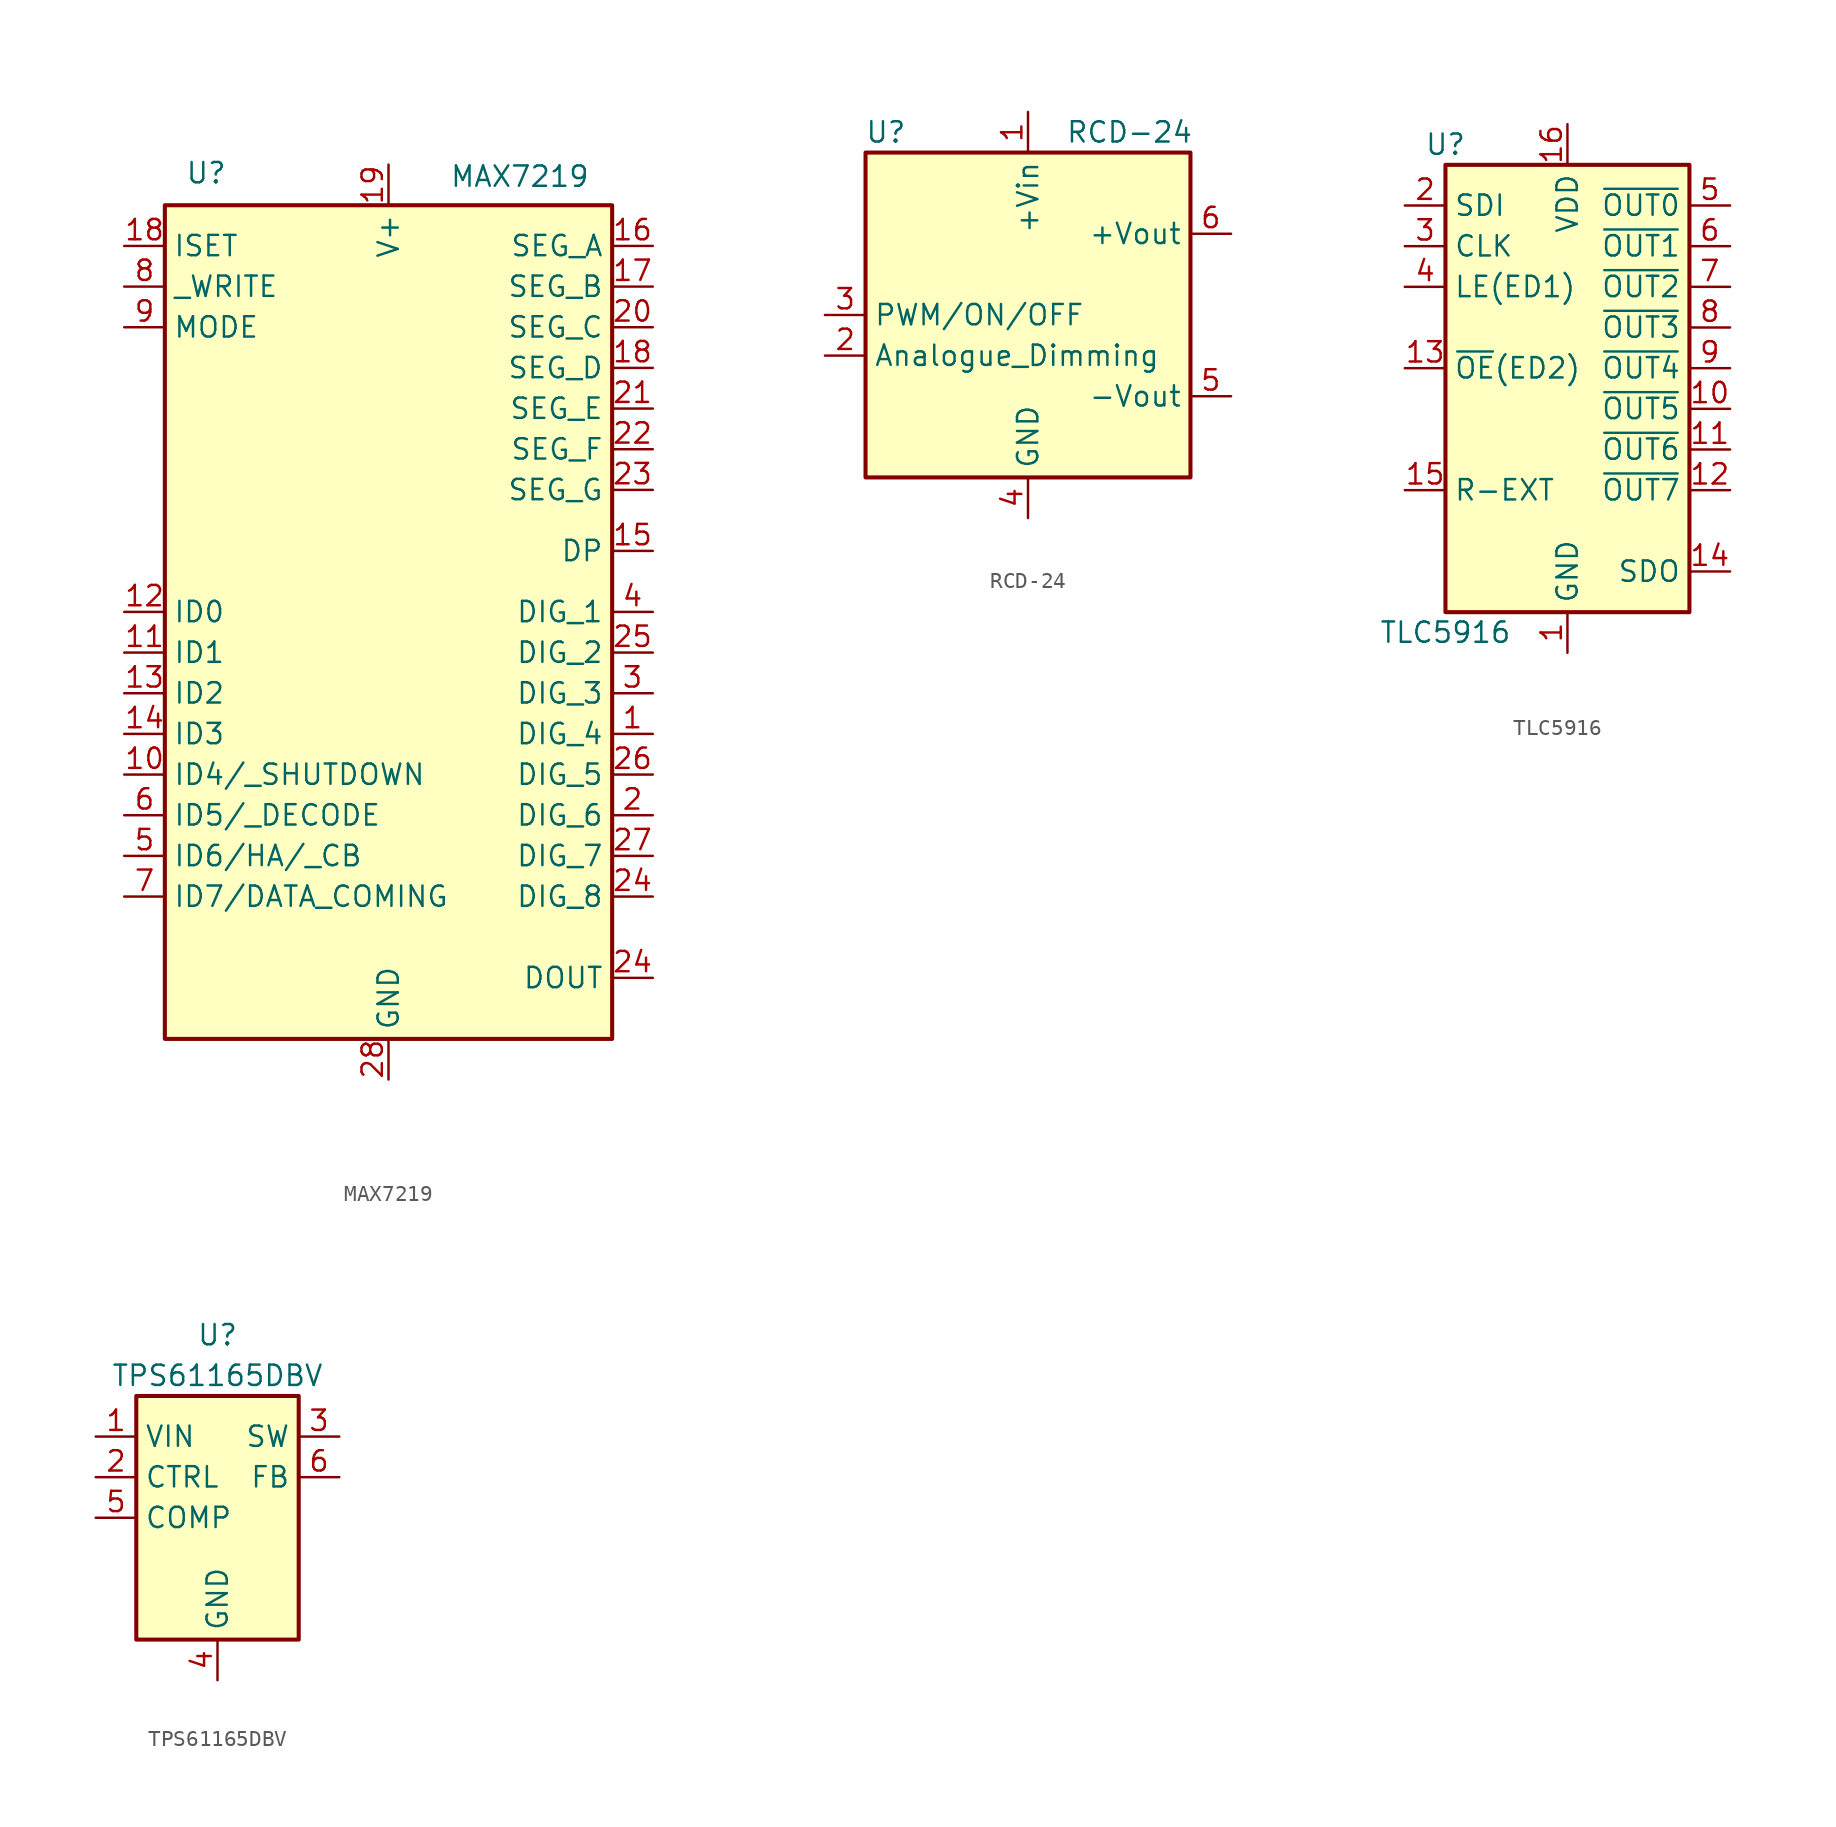
<source format=kicad_sym>
(kicad_symbol_lib
  (version 20220914)
  (generator kicad_symbol_editor)
  (symbol "MAX7219"
    (property "Reference" "U"
      (at -6.35 24.13 0)
      (effects (font (size 1.27 1.27)) (justify left bottom)))
    (property "Value" "MAX7219"
      (at 10.16 25.4 0)
      (effects (font (size 1.27 1.27)) (justify left top)))
    (symbol "MAX7219_0_1"
      (rectangle (start -7.62 22.86) (end 20.32 -29.21) (stroke (width 0.254) (type default)) (fill (type background))))
    (symbol "MAX7219_1_1"
      (pin output line (at 22.86 -10.16 180) (length 2.54) (name "DIG_4" (effects (font (size 1.27 1.27)))) (number "1" (effects (font (size 1.27 1.27)))))
      (pin input line (at -10.16 -12.7 0) (length 2.54) (name "ID4/_SHUTDOWN" (effects (font (size 1.27 1.27)))) (number "10" (effects (font (size 1.27 1.27)))))
      (pin input line (at -10.16 -5.08 0) (length 2.54) (name "ID1" (effects (font (size 1.27 1.27)))) (number "11" (effects (font (size 1.27 1.27)))))
      (pin input line (at -10.16 -2.54 0) (length 2.54) (name "ID0" (effects (font (size 1.27 1.27)))) (number "12" (effects (font (size 1.27 1.27)))))
      (pin input line (at -10.16 -7.62 0) (length 2.54) (name "ID2" (effects (font (size 1.27 1.27)))) (number "13" (effects (font (size 1.27 1.27)))))
      (pin input line (at -10.16 -10.16 0) (length 2.54) (name "ID3" (effects (font (size 1.27 1.27)))) (number "14" (effects (font (size 1.27 1.27)))))
      (pin output line (at 22.86 1.27 180) (length 2.54) (name "DP" (effects (font (size 1.27 1.27)))) (number "15" (effects (font (size 1.27 1.27)))))
      (pin output line (at 22.86 20.32 180) (length 2.54) (name "SEG_A" (effects (font (size 1.27 1.27)))) (number "16" (effects (font (size 1.27 1.27)))))
      (pin output line (at 22.86 17.78 180) (length 2.54) (name "SEG_B" (effects (font (size 1.27 1.27)))) (number "17" (effects (font (size 1.27 1.27)))))
      (pin input line (at -10.16 20.32 0) (length 2.54) (name "ISET" (effects (font (size 1.27 1.27)))) (number "18" (effects (font (size 1.27 1.27)))))
      (pin output line (at 22.86 12.7 180) (length 2.54) (name "SEG_D" (effects (font (size 1.27 1.27)))) (number "18" (effects (font (size 1.27 1.27)))))
      (pin power_in line (at 6.35 25.4 270) (length 2.54) (name "V+" (effects (font (size 1.27 1.27)))) (number "19" (effects (font (size 1.27 1.27)))))
      (pin output line (at 22.86 -15.24 180) (length 2.54) (name "DIG_6" (effects (font (size 1.27 1.27)))) (number "2" (effects (font (size 1.27 1.27)))))
      (pin output line (at 22.86 15.24 180) (length 2.54) (name "SEG_C" (effects (font (size 1.27 1.27)))) (number "20" (effects (font (size 1.27 1.27)))))
      (pin output line (at 22.86 10.16 180) (length 2.54) (name "SEG_E" (effects (font (size 1.27 1.27)))) (number "21" (effects (font (size 1.27 1.27)))))
      (pin output line (at 22.86 7.62 180) (length 2.54) (name "SEG_F" (effects (font (size 1.27 1.27)))) (number "22" (effects (font (size 1.27 1.27)))))
      (pin output line (at 22.86 5.08 180) (length 2.54) (name "SEG_G" (effects (font (size 1.27 1.27)))) (number "23" (effects (font (size 1.27 1.27)))))
      (pin output line (at 22.86 -20.32 180) (length 2.54) (name "DIG_8" (effects (font (size 1.27 1.27)))) (number "24" (effects (font (size 1.27 1.27)))))
      (pin output line (at 22.86 -25.4 180) (length 2.54) (name "DOUT" (effects (font (size 1.27 1.27)))) (number "24" (effects (font (size 1.27 1.27)))))
      (pin output line (at 22.86 -5.08 180) (length 2.54) (name "DIG_2" (effects (font (size 1.27 1.27)))) (number "25" (effects (font (size 1.27 1.27)))))
      (pin output line (at 22.86 -12.7 180) (length 2.54) (name "DIG_5" (effects (font (size 1.27 1.27)))) (number "26" (effects (font (size 1.27 1.27)))))
      (pin output line (at 22.86 -17.78 180) (length 2.54) (name "DIG_7" (effects (font (size 1.27 1.27)))) (number "27" (effects (font (size 1.27 1.27)))))
      (pin power_in line (at 6.35 -31.75 90) (length 2.54) (name "GND" (effects (font (size 1.27 1.27)))) (number "28" (effects (font (size 1.27 1.27)))))
      (pin output line (at 22.86 -7.62 180) (length 2.54) (name "DIG_3" (effects (font (size 1.27 1.27)))) (number "3" (effects (font (size 1.27 1.27)))))
      (pin output line (at 22.86 -2.54 180) (length 2.54) (name "DIG_1" (effects (font (size 1.27 1.27)))) (number "4" (effects (font (size 1.27 1.27)))))
      (pin input line (at -10.16 -17.78 0) (length 2.54) (name "ID6/HA/_CB" (effects (font (size 1.27 1.27)))) (number "5" (effects (font (size 1.27 1.27)))))
      (pin input line (at -10.16 -15.24 0) (length 2.54) (name "ID5/_DECODE" (effects (font (size 1.27 1.27)))) (number "6" (effects (font (size 1.27 1.27)))))
      (pin input line (at -10.16 -20.32 0) (length 2.54) (name "ID7/DATA_COMING" (effects (font (size 1.27 1.27)))) (number "7" (effects (font (size 1.27 1.27)))))
      (pin input line (at -10.16 17.78 0) (length 2.54) (name "_WRITE" (effects (font (size 1.27 1.27)))) (number "8" (effects (font (size 1.27 1.27)))))
      (pin passive line (at 3.81 -25.4 90) (length 2.54) hide (name "GND" (effects (font (size 1.27 1.27)))) (number "9" (effects (font (size 1.27 1.27)))))
      (pin input line (at -10.16 15.24 0) (length 2.54) (name "MODE" (effects (font (size 1.27 1.27)))) (number "9" (effects (font (size 1.27 1.27)))))))
  (symbol "RCD-24"
    (property "Reference" "U"
      (at -8.89 11.43 0)
      (effects (font (size 1.27 1.27))))
    (property "Value" "RCD-24"
      (at 6.35 11.43 0)
      (effects (font (size 1.27 1.27))))
    (symbol "RCD-24_1_1"
      (rectangle (start -10.16 10.16) (end 10.16 -10.16) (stroke (width 0.254) (type default)) (fill (type background)))
      (pin power_in line (at 0 12.7 270) (length 2.54) (name "+Vin" (effects (font (size 1.27 1.27)))) (number "1" (effects (font (size 1.27 1.27)))))
      (pin passive line (at -12.7 -2.54 0) (length 2.54) (name "Analogue_Dimming" (effects (font (size 1.27 1.27)))) (number "2" (effects (font (size 1.27 1.27)))))
      (pin passive line (at -12.7 0 0) (length 2.54) (name "PWM/ON/OFF" (effects (font (size 1.27 1.27)))) (number "3" (effects (font (size 1.27 1.27)))))
      (pin power_in line (at 0 -12.7 90) (length 2.54) (name "GND" (effects (font (size 1.27 1.27)))) (number "4" (effects (font (size 1.27 1.27)))))
      (pin power_out line (at 12.7 -5.08 180) (length 2.54) (name "-Vout" (effects (font (size 1.27 1.27)))) (number "5" (effects (font (size 1.27 1.27)))))
      (pin power_out line (at 12.7 5.08 180) (length 2.54) (name "+Vout" (effects (font (size 1.27 1.27)))) (number "6" (effects (font (size 1.27 1.27)))))))
  (symbol "TLC5916"
    (property "Reference" "U"
      (at -7.62 13.97 0)
      (effects (font (size 1.27 1.27))))
    (property "Value" "TLC5916"
      (at -7.62 -16.51 0)
      (effects (font (size 1.27 1.27))))
    (symbol "TLC5916_1_0"
      (pin power_in line (at 0 -17.78 90) (length 2.54) (name "GND" (effects (font (size 1.27 1.27)))) (number "1" (effects (font (size 1.27 1.27)))))
      (pin open_collector line (at 10.16 -2.54 180) (length 2.54) (name "~{OUT5}" (effects (font (size 1.27 1.27)))) (number "10" (effects (font (size 1.27 1.27)))))
      (pin open_collector line (at 10.16 -5.08 180) (length 2.54) (name "~{OUT6}" (effects (font (size 1.27 1.27)))) (number "11" (effects (font (size 1.27 1.27)))))
      (pin open_collector line (at 10.16 -7.62 180) (length 2.54) (name "~{OUT7}" (effects (font (size 1.27 1.27)))) (number "12" (effects (font (size 1.27 1.27)))))
      (pin passive line (at -10.16 0 0) (length 2.54) (name "~{OE}(ED2)" (effects (font (size 1.27 1.27)))) (number "13" (effects (font (size 1.27 1.27)))))
      (pin output line (at 10.16 -12.7 180) (length 2.54) (name "SDO" (effects (font (size 1.27 1.27)))) (number "14" (effects (font (size 1.27 1.27)))))
      (pin input line (at -10.16 -7.62 0) (length 2.54) (name "R-EXT" (effects (font (size 1.27 1.27)))) (number "15" (effects (font (size 1.27 1.27)))))
      (pin power_in line (at 0 15.24 270) (length 2.54) (name "VDD" (effects (font (size 1.27 1.27)))) (number "16" (effects (font (size 1.27 1.27)))))
      (pin input line (at -10.16 10.16 0) (length 2.54) (name "SDI" (effects (font (size 1.27 1.27)))) (number "2" (effects (font (size 1.27 1.27)))))
      (pin input line (at -10.16 7.62 0) (length 2.54) (name "CLK" (effects (font (size 1.27 1.27)))) (number "3" (effects (font (size 1.27 1.27)))))
      (pin passive line (at -10.16 5.08 0) (length 2.54) (name "LE(ED1)" (effects (font (size 1.27 1.27)))) (number "4" (effects (font (size 1.27 1.27)))))
      (pin open_collector line (at 10.16 10.16 180) (length 2.54) (name "~{OUT0}" (effects (font (size 1.27 1.27)))) (number "5" (effects (font (size 1.27 1.27)))))
      (pin open_collector line (at 10.16 7.62 180) (length 2.54) (name "~{OUT1}" (effects (font (size 1.27 1.27)))) (number "6" (effects (font (size 1.27 1.27)))))
      (pin open_collector line (at 10.16 5.08 180) (length 2.54) (name "~{OUT2}" (effects (font (size 1.27 1.27)))) (number "7" (effects (font (size 1.27 1.27)))))
      (pin open_collector line (at 10.16 2.54 180) (length 2.54) (name "~{OUT3}" (effects (font (size 1.27 1.27)))) (number "8" (effects (font (size 1.27 1.27)))))
      (pin open_collector line (at 10.16 0 180) (length 2.54) (name "~{OUT4}" (effects (font (size 1.27 1.27)))) (number "9" (effects (font (size 1.27 1.27))))))
    (symbol "TLC5916_1_1"
      (rectangle (start -7.62 12.7) (end 7.62 -15.24) (stroke (width 0.254) (type default)) (fill (type background)))))
  (symbol "TPS61165DBV"
    (property "Reference" "U"
      (at 0 11.43 0)
      (effects (font (size 1.27 1.27))))
    (property "Value" "TPS61165DBV"
      (at 0 8.89 0)
      (effects (font (size 1.27 1.27))))
    (symbol "TPS61165DBV_1_1"
      (rectangle (start -5.08 7.62) (end 5.08 -7.62) (stroke (width 0.254) (type default)) (fill (type background)))
      (pin power_in line (at -7.62 5.08 0) (length 2.54) (name "VIN" (effects (font (size 1.27 1.27)))) (number "1" (effects (font (size 1.27 1.27)))))
      (pin input line (at -7.62 2.54 0) (length 2.54) (name "CTRL" (effects (font (size 1.27 1.27)))) (number "2" (effects (font (size 1.27 1.27)))))
      (pin output line (at 7.62 5.08 180) (length 2.54) (name "SW" (effects (font (size 1.27 1.27)))) (number "3" (effects (font (size 1.27 1.27)))))
      (pin power_in line (at 0 -10.16 90) (length 2.54) (name "GND" (effects (font (size 1.27 1.27)))) (number "4" (effects (font (size 1.27 1.27)))))
      (pin output line (at -7.62 0 0) (length 2.54) (name "COMP" (effects (font (size 1.27 1.27)))) (number "5" (effects (font (size 1.27 1.27)))))
      (pin input line (at 7.62 2.54 180) (length 2.54) (name "FB" (effects (font (size 1.27 1.27)))) (number "6" (effects (font (size 1.27 1.27))))))))
</source>
